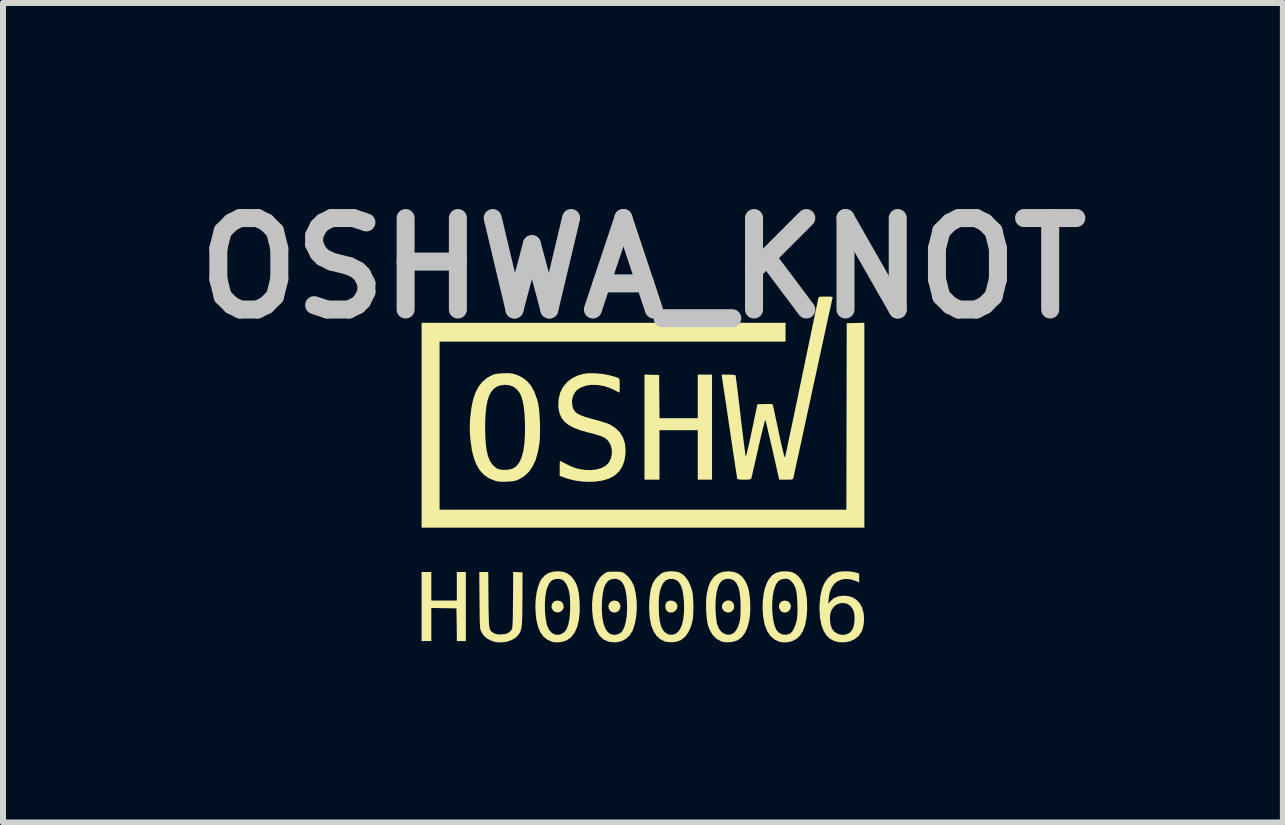
<source format=kicad_pcb>
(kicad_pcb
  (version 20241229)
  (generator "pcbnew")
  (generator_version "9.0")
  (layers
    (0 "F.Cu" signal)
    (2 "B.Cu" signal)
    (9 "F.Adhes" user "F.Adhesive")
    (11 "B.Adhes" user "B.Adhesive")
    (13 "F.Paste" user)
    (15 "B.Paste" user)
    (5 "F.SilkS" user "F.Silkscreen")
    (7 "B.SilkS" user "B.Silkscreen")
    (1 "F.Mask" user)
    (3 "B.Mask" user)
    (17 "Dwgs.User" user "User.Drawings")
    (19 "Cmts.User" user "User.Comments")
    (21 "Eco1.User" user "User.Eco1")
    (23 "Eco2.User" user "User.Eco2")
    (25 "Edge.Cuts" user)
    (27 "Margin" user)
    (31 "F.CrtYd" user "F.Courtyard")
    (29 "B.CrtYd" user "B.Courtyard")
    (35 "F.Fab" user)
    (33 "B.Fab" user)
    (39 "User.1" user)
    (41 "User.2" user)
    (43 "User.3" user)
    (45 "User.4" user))
  (footprint "OSHWA_KNOT"
    (layer "F.Cu")
    (at 7.664 4.818)
    (property "Reference" "OSHWA_KNOT" (at 0 -3.4 0) (layer "Dwgs.User") (effects (font (size 1.524 1.524) (thickness 0.3))))
    (attr board_only exclude_from_pos_files exclude_from_bom)
    (fp_poly (pts (xy 3.689 0.925) (xy -3.689 0.925) (xy -3.689 -2.489) (xy 2.376 -2.489) (xy 2.376 -2.176) (xy -3.389 -2.176) (xy -3.389 0.625) (xy 3.389 0.625) (xy 3.392 -0.929) (xy 3.395 -2.482) (xy 3.542 -2.486) (xy 3.689 -2.49)) (stroke (width 0) (type solid)) (fill yes) (layer "F.SilkS"))
    (fp_poly (pts (xy 0.147 -1.623) (xy 0.269 -1.62) (xy 0.276 -0.9) (xy 0.913 -0.9) (xy 0.913 -1.626) (xy 1.151 -1.626) (xy 1.151 0.125) (xy 0.913 0.125) (xy 0.913 -0.7) (xy 0.275 -0.7) (xy 0.275 0.125) (xy 0.025 0.125) (xy 0.025 -1.627)) (stroke (width 0) (type solid)) (fill yes) (layer "F.SilkS"))
    (fp_poly (pts (xy -3.527 2.139) (xy -3.102 2.139) (xy -3.102 1.663) (xy -2.951 1.663) (xy -2.951 2.814) (xy -3.101 2.814) (xy -3.104 2.542) (xy -3.108 2.27) (xy -3.317 2.266) (xy -3.527 2.263) (xy -3.527 2.814) (xy -3.689 2.814) (xy -3.689 1.663) (xy -3.527 1.663)) (stroke (width 0) (type solid)) (fill yes) (layer "F.SilkS"))
    (fp_poly (pts (xy -1.377 2.148) (xy -1.343 2.174) (xy -1.326 2.205) (xy -1.32 2.25) (xy -1.334 2.288) (xy -1.362 2.318) (xy -1.399 2.335) (xy -1.441 2.336) (xy -1.481 2.32) (xy -1.495 2.308) (xy -1.52 2.269) (xy -1.524 2.226) (xy -1.511 2.186) (xy -1.483 2.155) (xy -1.442 2.14) (xy -1.428 2.139)) (stroke (width 0) (type solid)) (fill yes) (layer "F.SilkS"))
    (fp_poly (pts (xy -0.426 2.149) (xy -0.393 2.179) (xy -0.376 2.225) (xy -0.375 2.24) (xy -0.386 2.285) (xy -0.413 2.318) (xy -0.451 2.337) (xy -0.494 2.339) (xy -0.534 2.322) (xy -0.548 2.31) (xy -0.572 2.269) (xy -0.576 2.225) (xy -0.561 2.185) (xy -0.53 2.154) (xy -0.486 2.139) (xy -0.473 2.139)) (stroke (width 0) (type solid)) (fill yes) (layer "F.SilkS"))
    (fp_poly (pts (xy 0.504 2.145) (xy 0.543 2.168) (xy 0.568 2.204) (xy 0.575 2.239) (xy 0.564 2.281) (xy 0.536 2.314) (xy 0.497 2.335) (xy 0.454 2.34) (xy 0.414 2.326) (xy 0.409 2.323) (xy 0.384 2.29) (xy 0.372 2.248) (xy 0.376 2.204) (xy 0.393 2.168) (xy 0.413 2.151) (xy 0.459 2.138)) (stroke (width 0) (type solid)) (fill yes) (layer "F.SilkS"))
    (fp_poly (pts (xy 1.475 2.151) (xy 1.504 2.179) (xy 1.519 2.22) (xy 1.517 2.264) (xy 1.513 2.277) (xy 1.485 2.316) (xy 1.445 2.337) (xy 1.401 2.338) (xy 1.357 2.319) (xy 1.344 2.308) (xy 1.319 2.269) (xy 1.315 2.229) (xy 1.328 2.191) (xy 1.354 2.161) (xy 1.391 2.141) (xy 1.434 2.137)) (stroke (width 0) (type solid)) (fill yes) (layer "F.SilkS"))
    (fp_poly (pts (xy 2.412 2.149) (xy 2.446 2.179) (xy 2.463 2.224) (xy 2.464 2.24) (xy 2.453 2.284) (xy 2.427 2.317) (xy 2.39 2.336) (xy 2.349 2.34) (xy 2.31 2.325) (xy 2.29 2.306) (xy 2.268 2.262) (xy 2.266 2.217) (xy 2.283 2.178) (xy 2.315 2.15) (xy 2.36 2.139) (xy 2.362 2.139)) (stroke (width 0) (type solid)) (fill yes) (layer "F.SilkS"))
    (fp_poly (pts (xy -2.085 1.666) (xy -2.007 1.67) (xy -2.008 2.101) (xy -2.009 2.231) (xy -2.01 2.338) (xy -2.012 2.426) (xy -2.015 2.496) (xy -2.02 2.552) (xy -2.026 2.597) (xy -2.035 2.633) (xy -2.046 2.662) (xy -2.06 2.688) (xy -2.076 2.712) (xy -2.127 2.762) (xy -2.194 2.8) (xy -2.273 2.826) (xy -2.358 2.837) (xy -2.443 2.833) (xy -2.51 2.816) (xy -2.59 2.778) (xy -2.651 2.727) (xy -2.691 2.667) (xy -2.698 2.651) (xy -2.704 2.636) (xy -2.709 2.618) (xy -2.713 2.595) (xy -2.716 2.564) (xy -2.718 2.522) (xy -2.72 2.468) (xy -2.721 2.398) (xy -2.722 2.31) (xy -2.723 2.2) (xy -2.724 2.135) (xy -2.728 1.663) (xy -2.578 1.663) (xy -2.574 2.123) (xy -2.573 2.249) (xy -2.571 2.352) (xy -2.569 2.436) (xy -2.567 2.501) (xy -2.563 2.552) (xy -2.557 2.59) (xy -2.549 2.618) (xy -2.539 2.638) (xy -2.527 2.654) (xy -2.511 2.666) (xy -2.492 2.678) (xy -2.453 2.696) (xy -2.404 2.704) (xy -2.371 2.704) (xy -2.297 2.698) (xy -2.241 2.676) (xy -2.199 2.638) (xy -2.194 2.63) (xy -2.187 2.62) (xy -2.182 2.606) (xy -2.178 2.588) (xy -2.175 2.562) (xy -2.173 2.525) (xy -2.171 2.476) (xy -2.169 2.411) (xy -2.168 2.328) (xy -2.167 2.225) (xy -2.166 2.129) (xy -2.162 1.662)) (stroke (width 0) (type solid)) (fill yes) (layer "F.SilkS"))
    (fp_poly (pts (xy -1.332 1.659) (xy -1.265 1.684) (xy -1.205 1.728) (xy -1.184 1.75) (xy -1.141 1.806) (xy -1.108 1.869) (xy -1.084 1.943) (xy -1.067 2.032) (xy -1.057 2.141) (xy -1.054 2.189) (xy -1.055 2.338) (xy -1.069 2.469) (xy -1.097 2.581) (xy -1.138 2.673) (xy -1.193 2.745) (xy -1.26 2.796) (xy -1.319 2.82) (xy -1.392 2.835) (xy -1.465 2.836) (xy -1.513 2.827) (xy -1.593 2.792) (xy -1.658 2.74) (xy -1.71 2.669) (xy -1.748 2.578) (xy -1.775 2.467) (xy -1.787 2.366) (xy -1.793 2.243) (xy -1.635 2.243) (xy -1.631 2.346) (xy -1.621 2.442) (xy -1.606 2.525) (xy -1.594 2.565) (xy -1.561 2.633) (xy -1.516 2.68) (xy -1.463 2.706) (xy -1.404 2.709) (xy -1.357 2.696) (xy -1.31 2.664) (xy -1.272 2.612) (xy -1.244 2.539) (xy -1.225 2.443) (xy -1.215 2.326) (xy -1.213 2.243) (xy -1.215 2.143) (xy -1.22 2.062) (xy -1.23 1.996) (xy -1.246 1.938) (xy -1.268 1.884) (xy -1.271 1.879) (xy -1.305 1.824) (xy -1.346 1.791) (xy -1.398 1.778) (xy -1.44 1.779) (xy -1.494 1.791) (xy -1.536 1.818) (xy -1.569 1.862) (xy -1.596 1.928) (xy -1.609 1.97) (xy -1.624 2.048) (xy -1.632 2.142) (xy -1.635 2.243) (xy -1.793 2.243) (xy -1.793 2.242) (xy -1.788 2.121) (xy -1.773 2.009) (xy -1.749 1.91) (xy -1.718 1.827) (xy -1.69 1.78) (xy -1.636 1.72) (xy -1.575 1.68) (xy -1.502 1.658) (xy -1.414 1.651)) (stroke (width 0) (type solid)) (fill yes) (layer "F.SilkS"))
    (fp_poly (pts (xy -0.418 1.658) (xy -0.378 1.66) (xy -0.35 1.666) (xy -0.327 1.676) (xy -0.3 1.693) (xy -0.298 1.695) (xy -0.24 1.748) (xy -0.189 1.818) (xy -0.151 1.895) (xy -0.144 1.916) (xy -0.119 2.027) (xy -0.105 2.148) (xy -0.103 2.273) (xy -0.111 2.395) (xy -0.131 2.509) (xy -0.16 2.609) (xy -0.176 2.647) (xy -0.226 2.724) (xy -0.29 2.782) (xy -0.367 2.819) (xy -0.452 2.836) (xy -0.544 2.831) (xy -0.589 2.819) (xy -0.662 2.784) (xy -0.723 2.727) (xy -0.772 2.649) (xy -0.809 2.549) (xy -0.834 2.429) (xy -0.845 2.322) (xy -0.846 2.318) (xy -0.685 2.318) (xy -0.675 2.435) (xy -0.655 2.533) (xy -0.625 2.61) (xy -0.586 2.665) (xy -0.537 2.699) (xy -0.48 2.711) (xy -0.459 2.709) (xy -0.418 2.7) (xy -0.382 2.684) (xy -0.38 2.683) (xy -0.342 2.644) (xy -0.311 2.583) (xy -0.288 2.503) (xy -0.272 2.405) (xy -0.265 2.292) (xy -0.266 2.182) (xy -0.275 2.061) (xy -0.292 1.963) (xy -0.317 1.886) (xy -0.351 1.831) (xy -0.394 1.795) (xy -0.447 1.778) (xy -0.475 1.776) (xy -0.533 1.785) (xy -0.581 1.812) (xy -0.619 1.858) (xy -0.648 1.924) (xy -0.668 2.012) (xy -0.681 2.123) (xy -0.684 2.182) (xy -0.685 2.318) (xy -0.846 2.318) (xy -0.848 2.178) (xy -0.835 2.047) (xy -0.809 1.932) (xy -0.769 1.833) (xy -0.715 1.753) (xy -0.652 1.695) (xy -0.626 1.677) (xy -0.602 1.666) (xy -0.575 1.66) (xy -0.536 1.658) (xy -0.481 1.657) (xy -0.475 1.657)) (stroke (width 0) (type solid)) (fill yes) (layer "F.SilkS"))
    (fp_poly (pts (xy 2.417 1.653) (xy 2.482 1.665) (xy 2.536 1.691) (xy 2.582 1.727) (xy 2.639 1.796) (xy 2.683 1.885) (xy 2.714 1.993) (xy 2.732 2.119) (xy 2.736 2.261) (xy 2.735 2.301) (xy 2.723 2.438) (xy 2.7 2.554) (xy 2.665 2.648) (xy 2.618 2.723) (xy 2.558 2.778) (xy 2.485 2.816) (xy 2.469 2.821) (xy 2.398 2.835) (xy 2.326 2.836) (xy 2.276 2.827) (xy 2.194 2.79) (xy 2.126 2.732) (xy 2.072 2.653) (xy 2.032 2.556) (xy 2.021 2.511) (xy 2.001 2.395) (xy 1.993 2.275) (xy 1.993 2.263) (xy 2.153 2.263) (xy 2.159 2.366) (xy 2.171 2.462) (xy 2.19 2.547) (xy 2.216 2.614) (xy 2.225 2.631) (xy 2.267 2.676) (xy 2.32 2.703) (xy 2.379 2.71) (xy 2.438 2.694) (xy 2.459 2.683) (xy 2.489 2.652) (xy 2.517 2.603) (xy 2.542 2.54) (xy 2.561 2.47) (xy 2.566 2.442) (xy 2.572 2.383) (xy 2.575 2.309) (xy 2.574 2.227) (xy 2.571 2.143) (xy 2.565 2.063) (xy 2.557 1.995) (xy 2.547 1.945) (xy 2.545 1.939) (xy 2.512 1.867) (xy 2.476 1.823) (xy 2.445 1.795) (xy 2.418 1.781) (xy 2.384 1.776) (xy 2.366 1.776) (xy 2.307 1.785) (xy 2.26 1.812) (xy 2.222 1.861) (xy 2.204 1.898) (xy 2.18 1.972) (xy 2.164 2.061) (xy 2.155 2.16) (xy 2.153 2.263) (xy 1.993 2.263) (xy 1.996 2.155) (xy 2.009 2.04) (xy 2.031 1.936) (xy 2.063 1.845) (xy 2.102 1.777) (xy 2.155 1.717) (xy 2.215 1.678) (xy 2.288 1.657) (xy 2.336 1.653)) (stroke (width 0) (type solid)) (fill yes) (layer "F.SilkS"))
    (fp_poly (pts (xy 0.522 1.653) (xy 0.586 1.664) (xy 0.593 1.666) (xy 0.656 1.698) (xy 0.713 1.752) (xy 0.762 1.826) (xy 0.801 1.917) (xy 0.821 1.986) (xy 0.83 2.04) (xy 0.836 2.111) (xy 0.84 2.193) (xy 0.84 2.278) (xy 0.838 2.359) (xy 0.833 2.429) (xy 0.827 2.47) (xy 0.797 2.58) (xy 0.754 2.672) (xy 0.699 2.745) (xy 0.634 2.797) (xy 0.621 2.803) (xy 0.559 2.825) (xy 0.486 2.834) (xy 0.412 2.831) (xy 0.363 2.82) (xy 0.287 2.783) (xy 0.224 2.725) (xy 0.173 2.646) (xy 0.136 2.547) (xy 0.113 2.429) (xy 0.103 2.292) (xy 0.103 2.238) (xy 0.263 2.238) (xy 0.263 2.243) (xy 0.267 2.373) (xy 0.28 2.479) (xy 0.301 2.563) (xy 0.33 2.627) (xy 0.332 2.629) (xy 0.376 2.678) (xy 0.429 2.705) (xy 0.486 2.71) (xy 0.542 2.693) (xy 0.583 2.663) (xy 0.621 2.61) (xy 0.651 2.537) (xy 0.672 2.445) (xy 0.683 2.338) (xy 0.685 2.217) (xy 0.683 2.17) (xy 0.673 2.053) (xy 0.656 1.959) (xy 0.631 1.887) (xy 0.599 1.834) (xy 0.558 1.799) (xy 0.507 1.781) (xy 0.493 1.779) (xy 0.43 1.781) (xy 0.379 1.803) (xy 0.338 1.847) (xy 0.319 1.881) (xy 0.297 1.934) (xy 0.281 1.991) (xy 0.27 2.058) (xy 0.265 2.138) (xy 0.263 2.238) (xy 0.103 2.238) (xy 0.104 2.189) (xy 0.113 2.06) (xy 0.13 1.955) (xy 0.155 1.871) (xy 0.171 1.835) (xy 0.204 1.785) (xy 0.249 1.735) (xy 0.298 1.694) (xy 0.331 1.674) (xy 0.385 1.659) (xy 0.451 1.652)) (stroke (width 0) (type solid)) (fill yes) (layer "F.SilkS"))
    (fp_poly (pts (xy 1.511 1.661) (xy 1.588 1.691) (xy 1.653 1.742) (xy 1.706 1.815) (xy 1.748 1.91) (xy 1.752 1.924) (xy 1.768 1.991) (xy 1.779 2.075) (xy 1.786 2.17) (xy 1.788 2.269) (xy 1.784 2.363) (xy 1.775 2.448) (xy 1.77 2.478) (xy 1.74 2.589) (xy 1.699 2.679) (xy 1.647 2.748) (xy 1.583 2.797) (xy 1.572 2.803) (xy 1.517 2.822) (xy 1.451 2.833) (xy 1.382 2.834) (xy 1.323 2.826) (xy 1.308 2.821) (xy 1.229 2.779) (xy 1.164 2.716) (xy 1.113 2.632) (xy 1.087 2.566) (xy 1.073 2.507) (xy 1.062 2.429) (xy 1.055 2.34) (xy 1.051 2.247) (xy 1.052 2.188) (xy 1.209 2.188) (xy 1.209 2.275) (xy 1.213 2.362) (xy 1.221 2.444) (xy 1.231 2.511) (xy 1.238 2.54) (xy 1.267 2.608) (xy 1.307 2.66) (xy 1.357 2.694) (xy 1.411 2.709) (xy 1.467 2.703) (xy 1.513 2.679) (xy 1.546 2.644) (xy 1.577 2.59) (xy 1.601 2.525) (xy 1.614 2.476) (xy 1.619 2.437) (xy 1.623 2.381) (xy 1.626 2.313) (xy 1.627 2.243) (xy 1.627 2.237) (xy 1.623 2.107) (xy 1.61 1.999) (xy 1.589 1.914) (xy 1.558 1.85) (xy 1.517 1.806) (xy 1.467 1.782) (xy 1.419 1.776) (xy 1.361 1.785) (xy 1.313 1.811) (xy 1.275 1.857) (xy 1.246 1.924) (xy 1.225 2.013) (xy 1.213 2.11) (xy 1.209 2.188) (xy 1.052 2.188) (xy 1.052 2.155) (xy 1.057 2.072) (xy 1.062 2.028) (xy 1.089 1.913) (xy 1.129 1.818) (xy 1.182 1.745) (xy 1.249 1.692) (xy 1.329 1.661) (xy 1.42 1.651)) (stroke (width 0) (type solid)) (fill yes) (layer "F.SilkS"))
    (fp_poly (pts (xy 3.432 1.653) (xy 3.503 1.662) (xy 3.537 1.67) (xy 3.602 1.689) (xy 3.602 1.837) (xy 3.549 1.814) (xy 3.464 1.787) (xy 3.38 1.779) (xy 3.302 1.791) (xy 3.234 1.822) (xy 3.184 1.865) (xy 3.139 1.934) (xy 3.109 2.018) (xy 3.094 2.114) (xy 3.087 2.195) (xy 3.12 2.154) (xy 3.178 2.101) (xy 3.249 2.07) (xy 3.333 2.058) (xy 3.339 2.058) (xy 3.422 2.064) (xy 3.49 2.085) (xy 3.55 2.122) (xy 3.567 2.136) (xy 3.615 2.188) (xy 3.648 2.248) (xy 3.671 2.323) (xy 3.678 2.361) (xy 3.685 2.449) (xy 3.677 2.539) (xy 3.657 2.622) (xy 3.64 2.663) (xy 3.592 2.73) (xy 3.527 2.783) (xy 3.45 2.818) (xy 3.365 2.836) (xy 3.274 2.834) (xy 3.191 2.815) (xy 3.116 2.776) (xy 3.055 2.717) (xy 3.006 2.637) (xy 2.971 2.537) (xy 2.949 2.418) (xy 2.948 2.406) (xy 3.116 2.406) (xy 3.117 2.478) (xy 3.128 2.548) (xy 3.148 2.605) (xy 3.152 2.612) (xy 3.192 2.66) (xy 3.245 2.694) (xy 3.306 2.71) (xy 3.368 2.709) (xy 3.424 2.688) (xy 3.437 2.68) (xy 3.478 2.639) (xy 3.505 2.588) (xy 3.52 2.52) (xy 3.524 2.478) (xy 3.525 2.42) (xy 3.521 2.365) (xy 3.514 2.327) (xy 3.487 2.265) (xy 3.446 2.219) (xy 3.395 2.191) (xy 3.338 2.18) (xy 3.28 2.185) (xy 3.225 2.207) (xy 3.177 2.246) (xy 3.141 2.301) (xy 3.126 2.342) (xy 3.116 2.406) (xy 2.948 2.406) (xy 2.941 2.28) (xy 2.943 2.195) (xy 2.957 2.057) (xy 2.985 1.939) (xy 3.028 1.84) (xy 3.084 1.761) (xy 3.154 1.703) (xy 3.224 1.67) (xy 3.283 1.657) (xy 3.355 1.652)) (stroke (width 0) (type solid)) (fill yes) (layer "F.SilkS"))
    (fp_poly (pts (xy -2.214 -1.648) (xy -2.173 -1.643) (xy -2.133 -1.632) (xy -2.114 -1.626) (xy -2.017 -1.582) (xy -1.935 -1.521) (xy -1.866 -1.441) (xy -1.81 -1.34) (xy -1.766 -1.219) (xy -1.745 -1.137) (xy -1.735 -1.078) (xy -1.727 -1) (xy -1.721 -0.909) (xy -1.717 -0.811) (xy -1.715 -0.713) (xy -1.716 -0.62) (xy -1.72 -0.538) (xy -1.725 -0.481) (xy -1.752 -0.331) (xy -1.789 -0.202) (xy -1.839 -0.094) (xy -1.901 -0.006) (xy -1.975 0.064) (xy -2.063 0.117) (xy -2.104 0.135) (xy -2.14 0.146) (xy -2.18 0.153) (xy -2.232 0.157) (xy -2.275 0.159) (xy -2.346 0.16) (xy -2.399 0.157) (xy -2.444 0.149) (xy -2.478 0.139) (xy -2.572 0.099) (xy -2.651 0.043) (xy -2.718 -0.03) (xy -2.773 -0.121) (xy -2.817 -0.231) (xy -2.85 -0.361) (xy -2.872 -0.513) (xy -2.878 -0.572) (xy -2.885 -0.675) (xy -2.886 -0.744) (xy -2.63 -0.744) (xy -2.627 -0.594) (xy -2.619 -0.467) (xy -2.604 -0.36) (xy -2.583 -0.271) (xy -2.555 -0.199) (xy -2.52 -0.14) (xy -2.497 -0.114) (xy -2.464 -0.084) (xy -2.429 -0.06) (xy -2.42 -0.055) (xy -2.372 -0.043) (xy -2.311 -0.038) (xy -2.246 -0.042) (xy -2.189 -0.054) (xy -2.167 -0.062) (xy -2.11 -0.1) (xy -2.063 -0.159) (xy -2.025 -0.24) (xy -1.996 -0.342) (xy -1.977 -0.466) (xy -1.967 -0.612) (xy -1.966 -0.781) (xy -1.967 -0.832) (xy -1.974 -0.972) (xy -1.987 -1.089) (xy -2.005 -1.187) (xy -2.029 -1.266) (xy -2.06 -1.329) (xy -2.1 -1.379) (xy -2.148 -1.417) (xy -2.17 -1.429) (xy -2.235 -1.45) (xy -2.309 -1.455) (xy -2.383 -1.444) (xy -2.429 -1.428) (xy -2.482 -1.393) (xy -2.526 -1.343) (xy -2.562 -1.278) (xy -2.59 -1.194) (xy -2.61 -1.092) (xy -2.623 -0.969) (xy -2.629 -0.824) (xy -2.63 -0.744) (xy -2.886 -0.744) (xy -2.886 -0.768) (xy -2.882 -0.866) (xy -2.878 -0.913) (xy -2.859 -1.072) (xy -2.83 -1.21) (xy -2.791 -1.327) (xy -2.74 -1.425) (xy -2.678 -1.505) (xy -2.603 -1.568) (xy -2.542 -1.603) (xy -2.502 -1.622) (xy -2.467 -1.634) (xy -2.428 -1.641) (xy -2.379 -1.646) (xy -2.328 -1.648) (xy -2.263 -1.65)) (stroke (width 0) (type solid)) (fill yes) (layer "F.SilkS"))
    (fp_poly (pts (xy -0.797 -1.648) (xy -0.686 -1.638) (xy -0.575 -1.619) (xy -0.471 -1.591) (xy -0.422 -1.574) (xy -0.406 -1.567) (xy -0.396 -1.557) (xy -0.391 -1.539) (xy -0.388 -1.508) (xy -0.388 -1.459) (xy -0.388 -1.443) (xy -0.388 -1.392) (xy -0.389 -1.353) (xy -0.391 -1.329) (xy -0.392 -1.326) (xy -0.405 -1.331) (xy -0.432 -1.345) (xy -0.453 -1.357) (xy -0.555 -1.405) (xy -0.659 -1.437) (xy -0.763 -1.453) (xy -0.862 -1.455) (xy -0.953 -1.441) (xy -1.034 -1.412) (xy -1.1 -1.368) (xy -1.13 -1.335) (xy -1.167 -1.267) (xy -1.183 -1.19) (xy -1.177 -1.11) (xy -1.177 -1.108) (xy -1.164 -1.064) (xy -1.145 -1.027) (xy -1.117 -0.995) (xy -1.077 -0.968) (xy -1.022 -0.942) (xy -0.95 -0.917) (xy -0.857 -0.89) (xy -0.8 -0.875) (xy -0.729 -0.856) (xy -0.662 -0.835) (xy -0.603 -0.816) (xy -0.561 -0.799) (xy -0.552 -0.795) (xy -0.457 -0.735) (xy -0.384 -0.662) (xy -0.332 -0.576) (xy -0.3 -0.476) (xy -0.29 -0.362) (xy -0.291 -0.313) (xy -0.308 -0.196) (xy -0.343 -0.096) (xy -0.398 -0.012) (xy -0.471 0.055) (xy -0.563 0.106) (xy -0.674 0.14) (xy -0.804 0.158) (xy -0.9 0.161) (xy -0.985 0.158) (xy -1.07 0.149) (xy -1.138 0.138) (xy -1.198 0.124) (xy -1.26 0.107) (xy -1.31 0.09) (xy -1.316 0.088) (xy -1.388 0.061) (xy -1.388 -0.063) (xy -1.388 -0.116) (xy -1.386 -0.157) (xy -1.384 -0.182) (xy -1.383 -0.188) (xy -1.37 -0.182) (xy -1.341 -0.168) (xy -1.301 -0.147) (xy -1.286 -0.139) (xy -1.192 -0.094) (xy -1.106 -0.063) (xy -1.018 -0.045) (xy -0.976 -0.039) (xy -0.869 -0.035) (xy -0.772 -0.046) (xy -0.688 -0.071) (xy -0.619 -0.109) (xy -0.569 -0.16) (xy -0.568 -0.161) (xy -0.534 -0.231) (xy -0.518 -0.309) (xy -0.521 -0.388) (xy -0.542 -0.461) (xy -0.581 -0.524) (xy -0.584 -0.526) (xy -0.61 -0.551) (xy -0.641 -0.573) (xy -0.681 -0.593) (xy -0.734 -0.612) (xy -0.803 -0.633) (xy -0.891 -0.656) (xy -0.919 -0.663) (xy -1.05 -0.7) (xy -1.159 -0.742) (xy -1.245 -0.79) (xy -1.312 -0.846) (xy -1.36 -0.91) (xy -1.392 -0.985) (xy -1.408 -1.072) (xy -1.411 -1.099) (xy -1.406 -1.217) (xy -1.38 -1.324) (xy -1.332 -1.419) (xy -1.266 -1.5) (xy -1.181 -1.566) (xy -1.079 -1.614) (xy -0.99 -1.639) (xy -0.901 -1.649)) (stroke (width 0) (type solid)) (fill yes) (layer "F.SilkS"))
    (fp_poly (pts (xy 3.102 -2.926) (xy 3.137 -2.924) (xy 3.155 -2.92) (xy 3.16 -2.913) (xy 3.159 -2.905) (xy 3.156 -2.89) (xy 3.147 -2.852) (xy 3.134 -2.793) (xy 3.117 -2.714) (xy 3.095 -2.616) (xy 3.07 -2.502) (xy 3.042 -2.373) (xy 3.011 -2.229) (xy 2.977 -2.074) (xy 2.941 -1.907) (xy 2.903 -1.731) (xy 2.863 -1.548) (xy 2.832 -1.407) (xy 2.792 -1.219) (xy 2.752 -1.037) (xy 2.714 -0.863) (xy 2.679 -0.699) (xy 2.646 -0.545) (xy 2.615 -0.405) (xy 2.588 -0.279) (xy 2.563 -0.168) (xy 2.543 -0.074) (xy 2.527 0.000424) (xy 2.515 0.055) (xy 2.508 0.088) (xy 2.506 0.097) (xy 2.501 0.11) (xy 2.491 0.118) (xy 2.471 0.123) (xy 2.436 0.125) (xy 2.384 0.125) (xy 2.27 0.125) (xy 2.159 -0.366) (xy 2.134 -0.473) (xy 2.111 -0.573) (xy 2.09 -0.663) (xy 2.072 -0.741) (xy 2.057 -0.803) (xy 2.047 -0.846) (xy 2.04 -0.869) (xy 2.04 -0.872) (xy 2.035 -0.864) (xy 2.026 -0.833) (xy 2.013 -0.783) (xy 1.996 -0.717) (xy 1.976 -0.635) (xy 1.954 -0.542) (xy 1.93 -0.439) (xy 1.921 -0.397) (xy 1.896 -0.289) (xy 1.873 -0.189) (xy 1.853 -0.099) (xy 1.835 -0.022) (xy 1.821 0.04) (xy 1.81 0.084) (xy 1.805 0.107) (xy 1.804 0.109) (xy 1.791 0.118) (xy 1.757 0.123) (xy 1.701 0.125) (xy 1.687 0.125) (xy 1.626 0.124) (xy 1.589 0.119) (xy 1.572 0.112) (xy 1.57 0.109) (xy 1.568 0.095) (xy 1.562 0.057) (xy 1.553 -0.001) (xy 1.541 -0.077) (xy 1.527 -0.17) (xy 1.511 -0.277) (xy 1.493 -0.397) (xy 1.474 -0.526) (xy 1.453 -0.664) (xy 1.444 -0.725) (xy 1.423 -0.867) (xy 1.403 -1.001) (xy 1.385 -1.127) (xy 1.368 -1.243) (xy 1.352 -1.345) (xy 1.339 -1.432) (xy 1.329 -1.502) (xy 1.321 -1.552) (xy 1.317 -1.58) (xy 1.316 -1.585) (xy 1.31 -1.626) (xy 1.423 -1.626) (xy 1.474 -1.625) (xy 1.514 -1.622) (xy 1.538 -1.618) (xy 1.542 -1.616) (xy 1.545 -1.603) (xy 1.55 -1.566) (xy 1.557 -1.51) (xy 1.567 -1.435) (xy 1.578 -1.345) (xy 1.59 -1.241) (xy 1.604 -1.127) (xy 1.619 -1.004) (xy 1.626 -0.938) (xy 1.641 -0.811) (xy 1.656 -0.692) (xy 1.669 -0.583) (xy 1.681 -0.485) (xy 1.692 -0.403) (xy 1.701 -0.336) (xy 1.707 -0.289) (xy 1.712 -0.264) (xy 1.713 -0.259) (xy 1.717 -0.269) (xy 1.726 -0.301) (xy 1.738 -0.351) (xy 1.754 -0.418) (xy 1.773 -0.499) (xy 1.793 -0.592) (xy 1.814 -0.691) (xy 1.907 -1.132) (xy 2.034 -1.135) (xy 2.091 -1.137) (xy 2.128 -1.136) (xy 2.15 -1.133) (xy 2.161 -1.127) (xy 2.166 -1.115) (xy 2.167 -1.11) (xy 2.171 -1.092) (xy 2.18 -1.052) (xy 2.193 -0.993) (xy 2.208 -0.919) (xy 2.227 -0.833) (xy 2.247 -0.737) (xy 2.265 -0.652) (xy 2.291 -0.532) (xy 2.314 -0.431) (xy 2.333 -0.351) (xy 2.348 -0.293) (xy 2.358 -0.257) (xy 2.365 -0.245) (xy 2.366 -0.246) (xy 2.37 -0.261) (xy 2.378 -0.299) (xy 2.391 -0.358) (xy 2.408 -0.437) (xy 2.428 -0.534) (xy 2.452 -0.647) (xy 2.479 -0.775) (xy 2.509 -0.916) (xy 2.541 -1.069) (xy 2.575 -1.231) (xy 2.61 -1.401) (xy 2.645 -1.57) (xy 2.682 -1.746) (xy 2.717 -1.917) (xy 2.751 -2.079) (xy 2.783 -2.231) (xy 2.812 -2.372) (xy 2.839 -2.5) (xy 2.862 -2.613) (xy 2.882 -2.709) (xy 2.899 -2.788) (xy 2.911 -2.846) (xy 2.919 -2.884) (xy 2.922 -2.898) (xy 2.927 -2.911) (xy 2.937 -2.92) (xy 2.956 -2.924) (xy 2.991 -2.926) (xy 3.045 -2.926) (xy 3.047 -2.926)) (stroke (width 0) (type solid)) (fill yes) (layer "F.SilkS")))
  (gr_rect
    (start -3 -3)
    (end 18.327 10.655)
    (stroke (width 0.1) (type default))
    (fill no)
    (layer "Edge.Cuts")))
</source>
